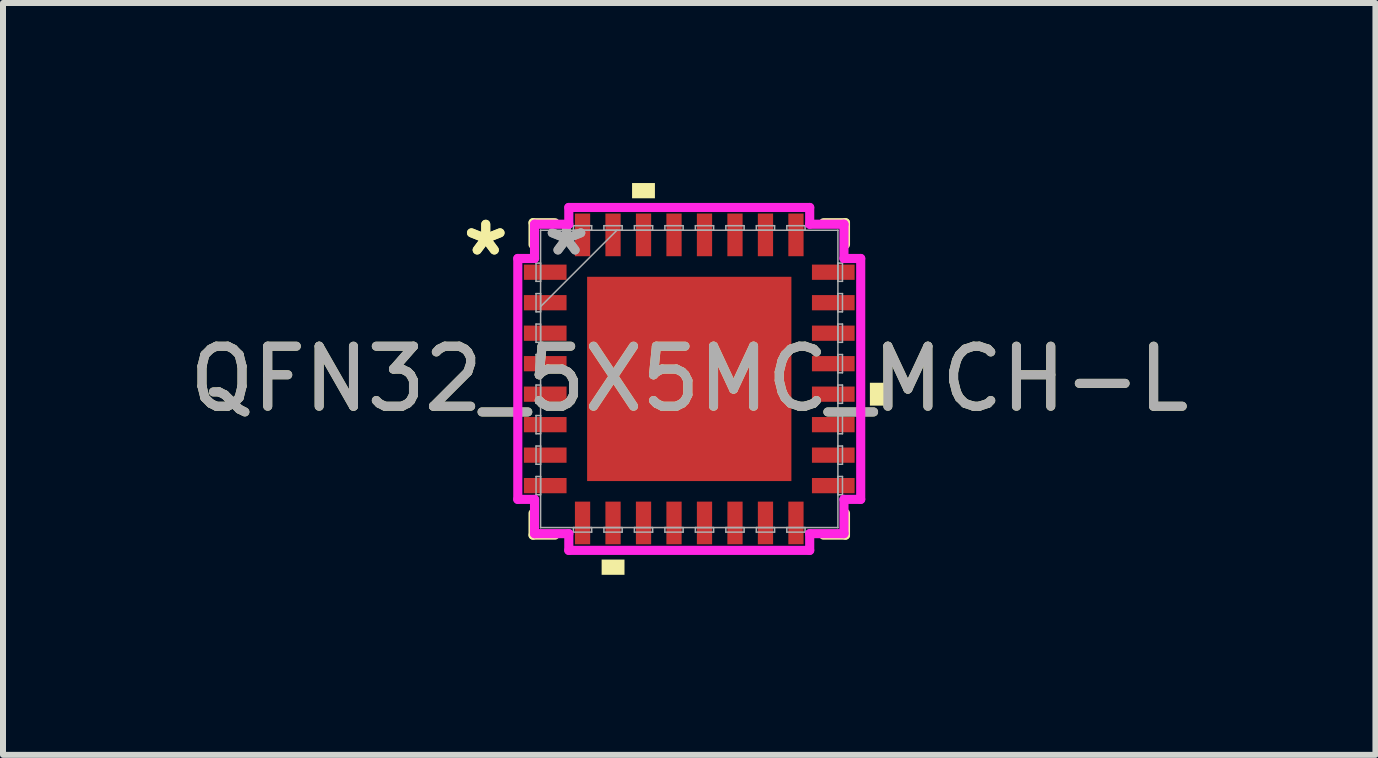
<source format=kicad_pcb>
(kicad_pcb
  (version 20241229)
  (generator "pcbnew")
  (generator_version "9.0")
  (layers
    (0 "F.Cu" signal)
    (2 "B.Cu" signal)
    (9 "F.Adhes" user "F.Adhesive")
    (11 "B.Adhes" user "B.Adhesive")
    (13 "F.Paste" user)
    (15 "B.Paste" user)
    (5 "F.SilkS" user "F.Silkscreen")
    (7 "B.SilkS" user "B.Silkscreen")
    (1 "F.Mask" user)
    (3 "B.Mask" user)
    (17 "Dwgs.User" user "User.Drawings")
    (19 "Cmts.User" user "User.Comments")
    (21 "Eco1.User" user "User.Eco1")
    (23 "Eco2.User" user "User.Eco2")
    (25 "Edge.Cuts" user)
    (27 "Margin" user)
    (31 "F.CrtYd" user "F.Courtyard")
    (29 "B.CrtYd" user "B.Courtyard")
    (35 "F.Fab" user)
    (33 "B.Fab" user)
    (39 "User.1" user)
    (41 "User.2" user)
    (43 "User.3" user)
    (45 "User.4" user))
  (footprint "QFN32_5X5MC_MCH-L"
    (layer "F.Cu")
    (at 8.435 3.264)
    (property "Reference" "QFN32_5X5MC_MCH-L" (at 0 0 0) (unlocked yes) (layer "F.SilkS") (effects (font (size 1 1) (thickness 0.15))))
    (attr smd)
    (fp_line (start -2.603 -2.603) (end -2.603 -2.238) (stroke (width 0.152) (type solid)) (layer "F.SilkS"))
    (fp_line (start -2.603 2.238) (end -2.603 2.603) (stroke (width 0.152) (type solid)) (layer "F.SilkS"))
    (fp_line (start -2.603 2.603) (end -2.238 2.603) (stroke (width 0.152) (type solid)) (layer "F.SilkS"))
    (fp_line (start -2.238 -2.603) (end -2.603 -2.603) (stroke (width 0.152) (type solid)) (layer "F.SilkS"))
    (fp_line (start 2.238 2.603) (end 2.603 2.603) (stroke (width 0.152) (type solid)) (layer "F.SilkS"))
    (fp_line (start 2.603 -2.603) (end 2.238 -2.603) (stroke (width 0.152) (type solid)) (layer "F.SilkS"))
    (fp_line (start 2.603 -2.238) (end 2.603 -2.603) (stroke (width 0.152) (type solid)) (layer "F.SilkS"))
    (fp_line (start 2.603 2.603) (end 2.603 2.238) (stroke (width 0.152) (type solid)) (layer "F.SilkS"))
    (fp_poly (pts (xy -1.46 3.01) (xy -1.46 3.264) (xy -1.079 3.264) (xy -1.079 3.01)) (stroke (width 0) (type solid)) (fill yes) (layer "F.SilkS"))
    (fp_poly (pts (xy -0.953 -3.01) (xy -0.953 -3.264) (xy -0.572 -3.264) (xy -0.572 -3.01)) (stroke (width 0) (type solid)) (fill yes) (layer "F.SilkS"))
    (fp_poly (pts (xy 3.264 0.064) (xy 3.264 0.445) (xy 3.01 0.445) (xy 3.01 0.064)) (stroke (width 0) (type solid)) (fill yes) (layer "F.SilkS"))
    (fp_poly (pts (xy -1.602 -1.602) (xy -1.602 -0.1) (xy -0.1 -0.1) (xy -0.1 -1.602)) (stroke (width 0) (type solid)) (fill yes) (layer "F.Paste"))
    (fp_poly (pts (xy -1.602 0.1) (xy -1.602 1.602) (xy -0.1 1.602) (xy -0.1 0.1)) (stroke (width 0) (type solid)) (fill yes) (layer "F.Paste"))
    (fp_poly (pts (xy 0.1 -1.602) (xy 0.1 -0.1) (xy 1.602 -0.1) (xy 1.602 -1.602)) (stroke (width 0) (type solid)) (fill yes) (layer "F.Paste"))
    (fp_poly (pts (xy 0.1 0.1) (xy 0.1 1.602) (xy 1.602 1.602) (xy 1.602 0.1)) (stroke (width 0) (type solid)) (fill yes) (layer "F.Paste"))
    (fp_line (start -2.857 -2.007) (end -2.578 -2.007) (stroke (width 0.152) (type solid)) (layer "F.CrtYd"))
    (fp_line (start -2.857 2.007) (end -2.857 -2.007) (stroke (width 0.152) (type solid)) (layer "F.CrtYd"))
    (fp_line (start -2.578 -2.578) (end -2.007 -2.578) (stroke (width 0.152) (type solid)) (layer "F.CrtYd"))
    (fp_line (start -2.578 -2.007) (end -2.578 -2.578) (stroke (width 0.152) (type solid)) (layer "F.CrtYd"))
    (fp_line (start -2.578 2.007) (end -2.857 2.007) (stroke (width 0.152) (type solid)) (layer "F.CrtYd"))
    (fp_line (start -2.578 2.578) (end -2.578 2.007) (stroke (width 0.152) (type solid)) (layer "F.CrtYd"))
    (fp_line (start -2.007 -2.857) (end 2.007 -2.857) (stroke (width 0.152) (type solid)) (layer "F.CrtYd"))
    (fp_line (start -2.007 -2.578) (end -2.007 -2.857) (stroke (width 0.152) (type solid)) (layer "F.CrtYd"))
    (fp_line (start -2.007 2.578) (end -2.578 2.578) (stroke (width 0.152) (type solid)) (layer "F.CrtYd"))
    (fp_line (start -2.007 2.857) (end -2.007 2.578) (stroke (width 0.152) (type solid)) (layer "F.CrtYd"))
    (fp_line (start 2.007 -2.857) (end 2.007 -2.578) (stroke (width 0.152) (type solid)) (layer "F.CrtYd"))
    (fp_line (start 2.007 -2.578) (end 2.578 -2.578) (stroke (width 0.152) (type solid)) (layer "F.CrtYd"))
    (fp_line (start 2.007 2.578) (end 2.007 2.857) (stroke (width 0.152) (type solid)) (layer "F.CrtYd"))
    (fp_line (start 2.007 2.857) (end -2.007 2.857) (stroke (width 0.152) (type solid)) (layer "F.CrtYd"))
    (fp_line (start 2.578 -2.578) (end 2.578 -2.007) (stroke (width 0.152) (type solid)) (layer "F.CrtYd"))
    (fp_line (start 2.578 -2.007) (end 2.857 -2.007) (stroke (width 0.152) (type solid)) (layer "F.CrtYd"))
    (fp_line (start 2.578 2.007) (end 2.578 2.578) (stroke (width 0.152) (type solid)) (layer "F.CrtYd"))
    (fp_line (start 2.578 2.578) (end 2.007 2.578) (stroke (width 0.152) (type solid)) (layer "F.CrtYd"))
    (fp_line (start 2.857 -2.007) (end 2.857 2.007) (stroke (width 0.152) (type solid)) (layer "F.CrtYd"))
    (fp_line (start 2.857 2.007) (end 2.578 2.007) (stroke (width 0.152) (type solid)) (layer "F.CrtYd"))
    (fp_line (start -2.553 -1.93) (end -2.553 -1.626) (stroke (width 0.025) (type solid)) (layer "F.Fab"))
    (fp_line (start -2.553 -1.626) (end -2.477 -1.626) (stroke (width 0.025) (type solid)) (layer "F.Fab"))
    (fp_line (start -2.553 -1.422) (end -2.553 -1.118) (stroke (width 0.025) (type solid)) (layer "F.Fab"))
    (fp_line (start -2.553 -1.118) (end -2.477 -1.118) (stroke (width 0.025) (type solid)) (layer "F.Fab"))
    (fp_line (start -2.553 -0.914) (end -2.553 -0.61) (stroke (width 0.025) (type solid)) (layer "F.Fab"))
    (fp_line (start -2.553 -0.61) (end -2.477 -0.61) (stroke (width 0.025) (type solid)) (layer "F.Fab"))
    (fp_line (start -2.553 -0.406) (end -2.553 -0.102) (stroke (width 0.025) (type solid)) (layer "F.Fab"))
    (fp_line (start -2.553 -0.102) (end -2.477 -0.102) (stroke (width 0.025) (type solid)) (layer "F.Fab"))
    (fp_line (start -2.553 0.102) (end -2.553 0.406) (stroke (width 0.025) (type solid)) (layer "F.Fab"))
    (fp_line (start -2.553 0.406) (end -2.477 0.406) (stroke (width 0.025) (type solid)) (layer "F.Fab"))
    (fp_line (start -2.553 0.61) (end -2.553 0.914) (stroke (width 0.025) (type solid)) (layer "F.Fab"))
    (fp_line (start -2.553 0.914) (end -2.477 0.914) (stroke (width 0.025) (type solid)) (layer "F.Fab"))
    (fp_line (start -2.553 1.118) (end -2.553 1.422) (stroke (width 0.025) (type solid)) (layer "F.Fab"))
    (fp_line (start -2.553 1.422) (end -2.477 1.422) (stroke (width 0.025) (type solid)) (layer "F.Fab"))
    (fp_line (start -2.553 1.626) (end -2.553 1.93) (stroke (width 0.025) (type solid)) (layer "F.Fab"))
    (fp_line (start -2.553 1.93) (end -2.477 1.93) (stroke (width 0.025) (type solid)) (layer "F.Fab"))
    (fp_line (start -2.477 -2.477) (end -2.477 -2.477) (stroke (width 0.025) (type solid)) (layer "F.Fab"))
    (fp_line (start -2.477 -2.477) (end -2.477 2.477) (stroke (width 0.025) (type solid)) (layer "F.Fab"))
    (fp_line (start -2.477 -1.93) (end -2.553 -1.93) (stroke (width 0.025) (type solid)) (layer "F.Fab"))
    (fp_line (start -2.477 -1.626) (end -2.477 -1.93) (stroke (width 0.025) (type solid)) (layer "F.Fab"))
    (fp_line (start -2.477 -1.422) (end -2.553 -1.422) (stroke (width 0.025) (type solid)) (layer "F.Fab"))
    (fp_line (start -2.477 -1.206) (end -1.206 -2.477) (stroke (width 0.025) (type solid)) (layer "F.Fab"))
    (fp_line (start -2.477 -1.118) (end -2.477 -1.422) (stroke (width 0.025) (type solid)) (layer "F.Fab"))
    (fp_line (start -2.477 -0.914) (end -2.553 -0.914) (stroke (width 0.025) (type solid)) (layer "F.Fab"))
    (fp_line (start -2.477 -0.61) (end -2.477 -0.914) (stroke (width 0.025) (type solid)) (layer "F.Fab"))
    (fp_line (start -2.477 -0.406) (end -2.553 -0.406) (stroke (width 0.025) (type solid)) (layer "F.Fab"))
    (fp_line (start -2.477 -0.102) (end -2.477 -0.406) (stroke (width 0.025) (type solid)) (layer "F.Fab"))
    (fp_line (start -2.477 0.102) (end -2.553 0.102) (stroke (width 0.025) (type solid)) (layer "F.Fab"))
    (fp_line (start -2.477 0.406) (end -2.477 0.102) (stroke (width 0.025) (type solid)) (layer "F.Fab"))
    (fp_line (start -2.477 0.61) (end -2.553 0.61) (stroke (width 0.025) (type solid)) (layer "F.Fab"))
    (fp_line (start -2.477 0.914) (end -2.477 0.61) (stroke (width 0.025) (type solid)) (layer "F.Fab"))
    (fp_line (start -2.477 1.118) (end -2.553 1.118) (stroke (width 0.025) (type solid)) (layer "F.Fab"))
    (fp_line (start -2.477 1.422) (end -2.477 1.118) (stroke (width 0.025) (type solid)) (layer "F.Fab"))
    (fp_line (start -2.477 1.626) (end -2.553 1.626) (stroke (width 0.025) (type solid)) (layer "F.Fab"))
    (fp_line (start -2.477 1.93) (end -2.477 1.626) (stroke (width 0.025) (type solid)) (layer "F.Fab"))
    (fp_line (start -2.477 2.477) (end -2.477 2.477) (stroke (width 0.025) (type solid)) (layer "F.Fab"))
    (fp_line (start -2.477 2.477) (end 2.477 2.477) (stroke (width 0.025) (type solid)) (layer "F.Fab"))
    (fp_line (start -1.93 -2.553) (end -1.93 -2.477) (stroke (width 0.025) (type solid)) (layer "F.Fab"))
    (fp_line (start -1.93 -2.477) (end -1.626 -2.477) (stroke (width 0.025) (type solid)) (layer "F.Fab"))
    (fp_line (start -1.93 2.477) (end -1.93 2.553) (stroke (width 0.025) (type solid)) (layer "F.Fab"))
    (fp_line (start -1.93 2.553) (end -1.626 2.553) (stroke (width 0.025) (type solid)) (layer "F.Fab"))
    (fp_line (start -1.626 -2.553) (end -1.93 -2.553) (stroke (width 0.025) (type solid)) (layer "F.Fab"))
    (fp_line (start -1.626 -2.477) (end -1.626 -2.553) (stroke (width 0.025) (type solid)) (layer "F.Fab"))
    (fp_line (start -1.626 2.477) (end -1.93 2.477) (stroke (width 0.025) (type solid)) (layer "F.Fab"))
    (fp_line (start -1.626 2.553) (end -1.626 2.477) (stroke (width 0.025) (type solid)) (layer "F.Fab"))
    (fp_line (start -1.422 -2.553) (end -1.422 -2.477) (stroke (width 0.025) (type solid)) (layer "F.Fab"))
    (fp_line (start -1.422 -2.477) (end -1.118 -2.477) (stroke (width 0.025) (type solid)) (layer "F.Fab"))
    (fp_line (start -1.422 2.477) (end -1.422 2.553) (stroke (width 0.025) (type solid)) (layer "F.Fab"))
    (fp_line (start -1.422 2.553) (end -1.118 2.553) (stroke (width 0.025) (type solid)) (layer "F.Fab"))
    (fp_line (start -1.118 -2.553) (end -1.422 -2.553) (stroke (width 0.025) (type solid)) (layer "F.Fab"))
    (fp_line (start -1.118 -2.477) (end -1.118 -2.553) (stroke (width 0.025) (type solid)) (layer "F.Fab"))
    (fp_line (start -1.118 2.477) (end -1.422 2.477) (stroke (width 0.025) (type solid)) (layer "F.Fab"))
    (fp_line (start -1.118 2.553) (end -1.118 2.477) (stroke (width 0.025) (type solid)) (layer "F.Fab"))
    (fp_line (start -0.914 -2.553) (end -0.914 -2.477) (stroke (width 0.025) (type solid)) (layer "F.Fab"))
    (fp_line (start -0.914 -2.477) (end -0.61 -2.477) (stroke (width 0.025) (type solid)) (layer "F.Fab"))
    (fp_line (start -0.914 2.477) (end -0.914 2.553) (stroke (width 0.025) (type solid)) (layer "F.Fab"))
    (fp_line (start -0.914 2.553) (end -0.61 2.553) (stroke (width 0.025) (type solid)) (layer "F.Fab"))
    (fp_line (start -0.61 -2.553) (end -0.914 -2.553) (stroke (width 0.025) (type solid)) (layer "F.Fab"))
    (fp_line (start -0.61 -2.477) (end -0.61 -2.553) (stroke (width 0.025) (type solid)) (layer "F.Fab"))
    (fp_line (start -0.61 2.477) (end -0.914 2.477) (stroke (width 0.025) (type solid)) (layer "F.Fab"))
    (fp_line (start -0.61 2.553) (end -0.61 2.477) (stroke (width 0.025) (type solid)) (layer "F.Fab"))
    (fp_line (start -0.406 -2.553) (end -0.406 -2.477) (stroke (width 0.025) (type solid)) (layer "F.Fab"))
    (fp_line (start -0.406 -2.477) (end -0.102 -2.477) (stroke (width 0.025) (type solid)) (layer "F.Fab"))
    (fp_line (start -0.406 2.477) (end -0.406 2.553) (stroke (width 0.025) (type solid)) (layer "F.Fab"))
    (fp_line (start -0.406 2.553) (end -0.102 2.553) (stroke (width 0.025) (type solid)) (layer "F.Fab"))
    (fp_line (start -0.102 -2.553) (end -0.406 -2.553) (stroke (width 0.025) (type solid)) (layer "F.Fab"))
    (fp_line (start -0.102 -2.477) (end -0.102 -2.553) (stroke (width 0.025) (type solid)) (layer "F.Fab"))
    (fp_line (start -0.102 2.477) (end -0.406 2.477) (stroke (width 0.025) (type solid)) (layer "F.Fab"))
    (fp_line (start -0.102 2.553) (end -0.102 2.477) (stroke (width 0.025) (type solid)) (layer "F.Fab"))
    (fp_line (start 0.102 -2.553) (end 0.102 -2.477) (stroke (width 0.025) (type solid)) (layer "F.Fab"))
    (fp_line (start 0.102 -2.477) (end 0.406 -2.477) (stroke (width 0.025) (type solid)) (layer "F.Fab"))
    (fp_line (start 0.102 2.477) (end 0.102 2.553) (stroke (width 0.025) (type solid)) (layer "F.Fab"))
    (fp_line (start 0.102 2.553) (end 0.406 2.553) (stroke (width 0.025) (type solid)) (layer "F.Fab"))
    (fp_line (start 0.406 -2.553) (end 0.102 -2.553) (stroke (width 0.025) (type solid)) (layer "F.Fab"))
    (fp_line (start 0.406 -2.477) (end 0.406 -2.553) (stroke (width 0.025) (type solid)) (layer "F.Fab"))
    (fp_line (start 0.406 2.477) (end 0.102 2.477) (stroke (width 0.025) (type solid)) (layer "F.Fab"))
    (fp_line (start 0.406 2.553) (end 0.406 2.477) (stroke (width 0.025) (type solid)) (layer "F.Fab"))
    (fp_line (start 0.61 -2.553) (end 0.61 -2.477) (stroke (width 0.025) (type solid)) (layer "F.Fab"))
    (fp_line (start 0.61 -2.477) (end 0.914 -2.477) (stroke (width 0.025) (type solid)) (layer "F.Fab"))
    (fp_line (start 0.61 2.477) (end 0.61 2.553) (stroke (width 0.025) (type solid)) (layer "F.Fab"))
    (fp_line (start 0.61 2.553) (end 0.914 2.553) (stroke (width 0.025) (type solid)) (layer "F.Fab"))
    (fp_line (start 0.914 -2.553) (end 0.61 -2.553) (stroke (width 0.025) (type solid)) (layer "F.Fab"))
    (fp_line (start 0.914 -2.477) (end 0.914 -2.553) (stroke (width 0.025) (type solid)) (layer "F.Fab"))
    (fp_line (start 0.914 2.477) (end 0.61 2.477) (stroke (width 0.025) (type solid)) (layer "F.Fab"))
    (fp_line (start 0.914 2.553) (end 0.914 2.477) (stroke (width 0.025) (type solid)) (layer "F.Fab"))
    (fp_line (start 1.118 -2.553) (end 1.118 -2.477) (stroke (width 0.025) (type solid)) (layer "F.Fab"))
    (fp_line (start 1.118 -2.477) (end 1.422 -2.477) (stroke (width 0.025) (type solid)) (layer "F.Fab"))
    (fp_line (start 1.118 2.477) (end 1.118 2.553) (stroke (width 0.025) (type solid)) (layer "F.Fab"))
    (fp_line (start 1.118 2.553) (end 1.422 2.553) (stroke (width 0.025) (type solid)) (layer "F.Fab"))
    (fp_line (start 1.422 -2.553) (end 1.118 -2.553) (stroke (width 0.025) (type solid)) (layer "F.Fab"))
    (fp_line (start 1.422 -2.477) (end 1.422 -2.553) (stroke (width 0.025) (type solid)) (layer "F.Fab"))
    (fp_line (start 1.422 2.477) (end 1.118 2.477) (stroke (width 0.025) (type solid)) (layer "F.Fab"))
    (fp_line (start 1.422 2.553) (end 1.422 2.477) (stroke (width 0.025) (type solid)) (layer "F.Fab"))
    (fp_line (start 1.626 -2.553) (end 1.626 -2.477) (stroke (width 0.025) (type solid)) (layer "F.Fab"))
    (fp_line (start 1.626 -2.477) (end 1.93 -2.477) (stroke (width 0.025) (type solid)) (layer "F.Fab"))
    (fp_line (start 1.626 2.477) (end 1.626 2.553) (stroke (width 0.025) (type solid)) (layer "F.Fab"))
    (fp_line (start 1.626 2.553) (end 1.93 2.553) (stroke (width 0.025) (type solid)) (layer "F.Fab"))
    (fp_line (start 1.93 -2.553) (end 1.626 -2.553) (stroke (width 0.025) (type solid)) (layer "F.Fab"))
    (fp_line (start 1.93 -2.477) (end 1.93 -2.553) (stroke (width 0.025) (type solid)) (layer "F.Fab"))
    (fp_line (start 1.93 2.477) (end 1.626 2.477) (stroke (width 0.025) (type solid)) (layer "F.Fab"))
    (fp_line (start 1.93 2.553) (end 1.93 2.477) (stroke (width 0.025) (type solid)) (layer "F.Fab"))
    (fp_line (start 2.477 -2.477) (end -2.477 -2.477) (stroke (width 0.025) (type solid)) (layer "F.Fab"))
    (fp_line (start 2.477 -2.477) (end 2.477 -2.477) (stroke (width 0.025) (type solid)) (layer "F.Fab"))
    (fp_line (start 2.477 -1.93) (end 2.477 -1.626) (stroke (width 0.025) (type solid)) (layer "F.Fab"))
    (fp_line (start 2.477 -1.626) (end 2.553 -1.626) (stroke (width 0.025) (type solid)) (layer "F.Fab"))
    (fp_line (start 2.477 -1.422) (end 2.477 -1.118) (stroke (width 0.025) (type solid)) (layer "F.Fab"))
    (fp_line (start 2.477 -1.118) (end 2.553 -1.118) (stroke (width 0.025) (type solid)) (layer "F.Fab"))
    (fp_line (start 2.477 -0.914) (end 2.477 -0.61) (stroke (width 0.025) (type solid)) (layer "F.Fab"))
    (fp_line (start 2.477 -0.61) (end 2.553 -0.61) (stroke (width 0.025) (type solid)) (layer "F.Fab"))
    (fp_line (start 2.477 -0.406) (end 2.477 -0.102) (stroke (width 0.025) (type solid)) (layer "F.Fab"))
    (fp_line (start 2.477 -0.102) (end 2.553 -0.102) (stroke (width 0.025) (type solid)) (layer "F.Fab"))
    (fp_line (start 2.477 0.102) (end 2.477 0.406) (stroke (width 0.025) (type solid)) (layer "F.Fab"))
    (fp_line (start 2.477 0.406) (end 2.553 0.406) (stroke (width 0.025) (type solid)) (layer "F.Fab"))
    (fp_line (start 2.477 0.61) (end 2.477 0.914) (stroke (width 0.025) (type solid)) (layer "F.Fab"))
    (fp_line (start 2.477 0.914) (end 2.553 0.914) (stroke (width 0.025) (type solid)) (layer "F.Fab"))
    (fp_line (start 2.477 1.118) (end 2.477 1.422) (stroke (width 0.025) (type solid)) (layer "F.Fab"))
    (fp_line (start 2.477 1.422) (end 2.553 1.422) (stroke (width 0.025) (type solid)) (layer "F.Fab"))
    (fp_line (start 2.477 1.626) (end 2.477 1.93) (stroke (width 0.025) (type solid)) (layer "F.Fab"))
    (fp_line (start 2.477 1.93) (end 2.553 1.93) (stroke (width 0.025) (type solid)) (layer "F.Fab"))
    (fp_line (start 2.477 2.477) (end 2.477 -2.477) (stroke (width 0.025) (type solid)) (layer "F.Fab"))
    (fp_line (start 2.477 2.477) (end 2.477 2.477) (stroke (width 0.025) (type solid)) (layer "F.Fab"))
    (fp_line (start 2.553 -1.93) (end 2.477 -1.93) (stroke (width 0.025) (type solid)) (layer "F.Fab"))
    (fp_line (start 2.553 -1.626) (end 2.553 -1.93) (stroke (width 0.025) (type solid)) (layer "F.Fab"))
    (fp_line (start 2.553 -1.422) (end 2.477 -1.422) (stroke (width 0.025) (type solid)) (layer "F.Fab"))
    (fp_line (start 2.553 -1.118) (end 2.553 -1.422) (stroke (width 0.025) (type solid)) (layer "F.Fab"))
    (fp_line (start 2.553 -0.914) (end 2.477 -0.914) (stroke (width 0.025) (type solid)) (layer "F.Fab"))
    (fp_line (start 2.553 -0.61) (end 2.553 -0.914) (stroke (width 0.025) (type solid)) (layer "F.Fab"))
    (fp_line (start 2.553 -0.406) (end 2.477 -0.406) (stroke (width 0.025) (type solid)) (layer "F.Fab"))
    (fp_line (start 2.553 -0.102) (end 2.553 -0.406) (stroke (width 0.025) (type solid)) (layer "F.Fab"))
    (fp_line (start 2.553 0.102) (end 2.477 0.102) (stroke (width 0.025) (type solid)) (layer "F.Fab"))
    (fp_line (start 2.553 0.406) (end 2.553 0.102) (stroke (width 0.025) (type solid)) (layer "F.Fab"))
    (fp_line (start 2.553 0.61) (end 2.477 0.61) (stroke (width 0.025) (type solid)) (layer "F.Fab"))
    (fp_line (start 2.553 0.914) (end 2.553 0.61) (stroke (width 0.025) (type solid)) (layer "F.Fab"))
    (fp_line (start 2.553 1.118) (end 2.477 1.118) (stroke (width 0.025) (type solid)) (layer "F.Fab"))
    (fp_line (start 2.553 1.422) (end 2.553 1.118) (stroke (width 0.025) (type solid)) (layer "F.Fab"))
    (fp_line (start 2.553 1.626) (end 2.477 1.626) (stroke (width 0.025) (type solid)) (layer "F.Fab"))
    (fp_line (start 2.553 1.93) (end 2.553 1.626) (stroke (width 0.025) (type solid)) (layer "F.Fab"))
    (fp_text user "*" (at -3.391 -2.032 0) (layer "F.SilkS") (effects (font (size 1 1) (thickness 0.15))))
    (fp_text user "*" (at -3.391 -2.032 0) (unlocked yes) (layer "F.SilkS") (effects (font (size 1 1) (thickness 0.15))))
    (fp_text user "*" (at -2.045 -2.032 0) (unlocked yes) (layer "F.Fab") (effects (font (size 1 1) (thickness 0.15))))
    (fp_text user "${REFERENCE}" (at 0 0 0) (unlocked yes) (layer "F.Fab") (effects (font (size 1 1) (thickness 0.15))))
    (fp_text user "*" (at -2.045 -2.032 0) (layer "F.Fab") (effects (font (size 1 1) (thickness 0.15))))
    (pad "1" smd rect (at -2.4 -1.778 90) (size 0.254 0.711) (layers "F.Cu" "F.Mask" "F.Paste"))
    (pad "2" smd rect (at -2.4 -1.27 90) (size 0.254 0.711) (layers "F.Cu" "F.Mask" "F.Paste"))
    (pad "3" smd rect (at -2.4 -0.762 90) (size 0.254 0.711) (layers "F.Cu" "F.Mask" "F.Paste"))
    (pad "4" smd rect (at -2.4 -0.254 90) (size 0.254 0.711) (layers "F.Cu" "F.Mask" "F.Paste"))
    (pad "5" smd rect (at -2.4 0.254 90) (size 0.254 0.711) (layers "F.Cu" "F.Mask" "F.Paste"))
    (pad "6" smd rect (at -2.4 0.762 90) (size 0.254 0.711) (layers "F.Cu" "F.Mask" "F.Paste"))
    (pad "7" smd rect (at -2.4 1.27 90) (size 0.254 0.711) (layers "F.Cu" "F.Mask" "F.Paste"))
    (pad "8" smd rect (at -2.4 1.778 90) (size 0.254 0.711) (layers "F.Cu" "F.Mask" "F.Paste"))
    (pad "9" smd rect (at -1.778 2.4) (size 0.254 0.711) (layers "F.Cu" "F.Mask" "F.Paste"))
    (pad "10" smd rect (at -1.27 2.4) (size 0.254 0.711) (layers "F.Cu" "F.Mask" "F.Paste"))
    (pad "11" smd rect (at -0.762 2.4) (size 0.254 0.711) (layers "F.Cu" "F.Mask" "F.Paste"))
    (pad "12" smd rect (at -0.254 2.4) (size 0.254 0.711) (layers "F.Cu" "F.Mask" "F.Paste"))
    (pad "13" smd rect (at 0.254 2.4) (size 0.254 0.711) (layers "F.Cu" "F.Mask" "F.Paste"))
    (pad "14" smd rect (at 0.762 2.4) (size 0.254 0.711) (layers "F.Cu" "F.Mask" "F.Paste"))
    (pad "15" smd rect (at 1.27 2.4) (size 0.254 0.711) (layers "F.Cu" "F.Mask" "F.Paste"))
    (pad "16" smd rect (at 1.778 2.4) (size 0.254 0.711) (layers "F.Cu" "F.Mask" "F.Paste"))
    (pad "17" smd rect (at 2.4 1.778 90) (size 0.254 0.711) (layers "F.Cu" "F.Mask" "F.Paste"))
    (pad "18" smd rect (at 2.4 1.27 90) (size 0.254 0.711) (layers "F.Cu" "F.Mask" "F.Paste"))
    (pad "19" smd rect (at 2.4 0.762 90) (size 0.254 0.711) (layers "F.Cu" "F.Mask" "F.Paste"))
    (pad "20" smd rect (at 2.4 0.254 90) (size 0.254 0.711) (layers "F.Cu" "F.Mask" "F.Paste"))
    (pad "21" smd rect (at 2.4 -0.254 90) (size 0.254 0.711) (layers "F.Cu" "F.Mask" "F.Paste"))
    (pad "22" smd rect (at 2.4 -0.762 90) (size 0.254 0.711) (layers "F.Cu" "F.Mask" "F.Paste"))
    (pad "23" smd rect (at 2.4 -1.27 90) (size 0.254 0.711) (layers "F.Cu" "F.Mask" "F.Paste"))
    (pad "24" smd rect (at 2.4 -1.778 90) (size 0.254 0.711) (layers "F.Cu" "F.Mask" "F.Paste"))
    (pad "25" smd rect (at 1.778 -2.4) (size 0.254 0.711) (layers "F.Cu" "F.Mask" "F.Paste"))
    (pad "26" smd rect (at 1.27 -2.4) (size 0.254 0.711) (layers "F.Cu" "F.Mask" "F.Paste"))
    (pad "27" smd rect (at 0.762 -2.4) (size 0.254 0.711) (layers "F.Cu" "F.Mask" "F.Paste"))
    (pad "28" smd rect (at 0.254 -2.4) (size 0.254 0.711) (layers "F.Cu" "F.Mask" "F.Paste"))
    (pad "29" smd rect (at -0.254 -2.4) (size 0.254 0.711) (layers "F.Cu" "F.Mask" "F.Paste"))
    (pad "30" smd rect (at -0.762 -2.4) (size 0.254 0.711) (layers "F.Cu" "F.Mask" "F.Paste"))
    (pad "31" smd rect (at -1.27 -2.4) (size 0.254 0.711) (layers "F.Cu" "F.Mask" "F.Paste"))
    (pad "32" smd rect (at -1.778 -2.4) (size 0.254 0.711) (layers "F.Cu" "F.Mask" "F.Paste"))
    (pad "33" smd rect (at 0 0) (size 3.404 3.404) (layers "F.Cu" "F.Mask")))
  (gr_rect
    (start -3 -3)
    (end 19.869 9.528)
    (stroke (width 0.1) (type default))
    (fill no)
    (layer "Edge.Cuts")))
</source>
